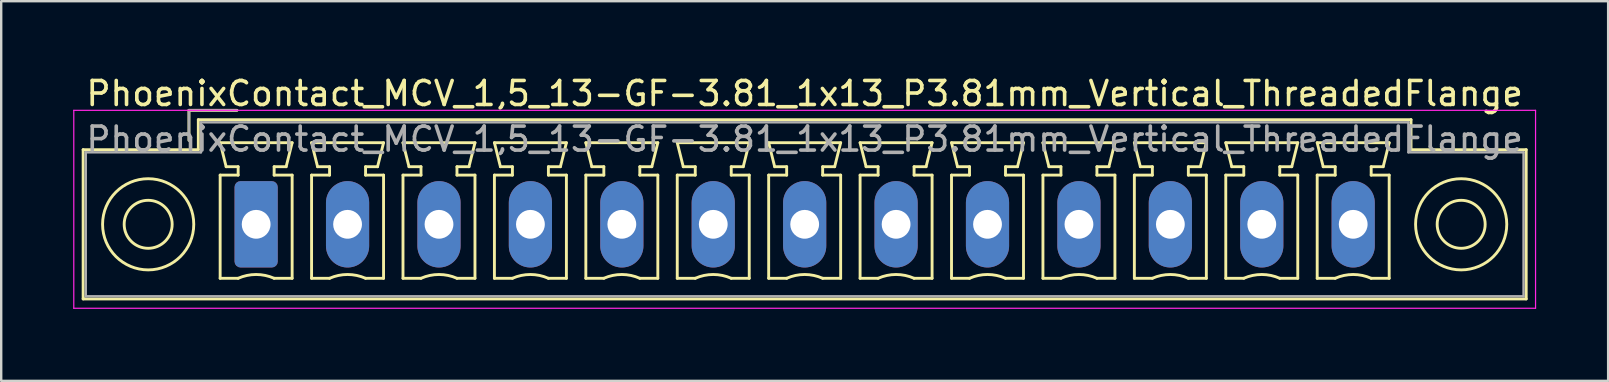
<source format=kicad_pcb>
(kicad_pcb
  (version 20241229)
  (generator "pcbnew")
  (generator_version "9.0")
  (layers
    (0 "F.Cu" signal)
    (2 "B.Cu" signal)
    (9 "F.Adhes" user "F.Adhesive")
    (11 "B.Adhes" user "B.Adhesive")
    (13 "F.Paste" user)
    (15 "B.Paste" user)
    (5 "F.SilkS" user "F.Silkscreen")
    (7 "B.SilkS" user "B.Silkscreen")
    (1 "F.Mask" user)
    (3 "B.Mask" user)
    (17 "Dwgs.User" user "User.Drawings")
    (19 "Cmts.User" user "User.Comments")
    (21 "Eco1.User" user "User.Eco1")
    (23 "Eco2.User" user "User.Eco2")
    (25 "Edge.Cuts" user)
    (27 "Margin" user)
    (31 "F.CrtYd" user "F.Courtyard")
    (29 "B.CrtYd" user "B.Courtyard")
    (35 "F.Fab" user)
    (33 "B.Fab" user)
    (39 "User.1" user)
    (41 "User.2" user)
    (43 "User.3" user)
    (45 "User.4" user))
  (footprint "PhoenixContact_MCV_1,5_13-GF-3.81_1x13_P3.81mm_Vertical_ThreadedFlange"
    (layer "F.Cu")
    (at 7.625 6.298)
    (property "Reference" "PhoenixContact_MCV_1,5_13-GF-3.81_1x13_P3.81mm_Vertical_ThreadedFlange" (at 22.86 -5.45 0) (layer "F.SilkS") (effects (font (size 1 1) (thickness 0.15))))
    (attr through_hole)
    (fp_line (start -7.21 -3.11) (end -7.21 3.11) (stroke (width 0.12) (type solid)) (layer "F.SilkS"))
    (fp_line (start -7.21 3.11) (end 52.93 3.11) (stroke (width 0.12) (type solid)) (layer "F.SilkS"))
    (fp_line (start -2.8 -4.75) (end -0.8 -4.75) (stroke (width 0.12) (type solid)) (layer "F.SilkS"))
    (fp_line (start -2.8 -3.5) (end -2.8 -4.75) (stroke (width 0.12) (type solid)) (layer "F.SilkS"))
    (fp_line (start -2.41 -4.36) (end -2.41 -3.11) (stroke (width 0.12) (type solid)) (layer "F.SilkS"))
    (fp_line (start -2.41 -3.11) (end -7.21 -3.11) (stroke (width 0.12) (type solid)) (layer "F.SilkS"))
    (fp_line (start -1.5 -3.4) (end 1.5 -3.4) (stroke (width 0.12) (type solid)) (layer "F.SilkS"))
    (fp_line (start -1.5 -2.05) (end -0.75 -2.05) (stroke (width 0.12) (type solid)) (layer "F.SilkS"))
    (fp_line (start -1.5 2.25) (end -1.5 -2.05) (stroke (width 0.12) (type solid)) (layer "F.SilkS"))
    (fp_line (start -1.25 -2.4) (end -1.5 -3.4) (stroke (width 0.12) (type solid)) (layer "F.SilkS"))
    (fp_line (start -0.75 -2.4) (end -1.25 -2.4) (stroke (width 0.12) (type solid)) (layer "F.SilkS"))
    (fp_line (start -0.75 -2.05) (end -0.75 -2.4) (stroke (width 0.12) (type solid)) (layer "F.SilkS"))
    (fp_line (start -0.75 2.25) (end -1.5 2.25) (stroke (width 0.12) (type solid)) (layer "F.SilkS"))
    (fp_line (start 0.75 -2.4) (end 0.75 -2.05) (stroke (width 0.12) (type solid)) (layer "F.SilkS"))
    (fp_line (start 0.75 -2.05) (end 1.5 -2.05) (stroke (width 0.12) (type solid)) (layer "F.SilkS"))
    (fp_line (start 1.25 -2.4) (end 0.75 -2.4) (stroke (width 0.12) (type solid)) (layer "F.SilkS"))
    (fp_line (start 1.5 -3.4) (end 1.25 -2.4) (stroke (width 0.12) (type solid)) (layer "F.SilkS"))
    (fp_line (start 1.5 -2.05) (end 1.5 2.25) (stroke (width 0.12) (type solid)) (layer "F.SilkS"))
    (fp_line (start 1.5 2.25) (end 0.75 2.25) (stroke (width 0.12) (type solid)) (layer "F.SilkS"))
    (fp_line (start 2.31 -3.4) (end 5.31 -3.4) (stroke (width 0.12) (type solid)) (layer "F.SilkS"))
    (fp_line (start 2.31 -2.05) (end 3.06 -2.05) (stroke (width 0.12) (type solid)) (layer "F.SilkS"))
    (fp_line (start 2.31 2.25) (end 2.31 -2.05) (stroke (width 0.12) (type solid)) (layer "F.SilkS"))
    (fp_line (start 2.56 -2.4) (end 2.31 -3.4) (stroke (width 0.12) (type solid)) (layer "F.SilkS"))
    (fp_line (start 3.06 -2.4) (end 2.56 -2.4) (stroke (width 0.12) (type solid)) (layer "F.SilkS"))
    (fp_line (start 3.06 -2.05) (end 3.06 -2.4) (stroke (width 0.12) (type solid)) (layer "F.SilkS"))
    (fp_line (start 3.06 2.25) (end 2.31 2.25) (stroke (width 0.12) (type solid)) (layer "F.SilkS"))
    (fp_line (start 4.56 -2.4) (end 4.56 -2.05) (stroke (width 0.12) (type solid)) (layer "F.SilkS"))
    (fp_line (start 4.56 -2.05) (end 5.31 -2.05) (stroke (width 0.12) (type solid)) (layer "F.SilkS"))
    (fp_line (start 5.06 -2.4) (end 4.56 -2.4) (stroke (width 0.12) (type solid)) (layer "F.SilkS"))
    (fp_line (start 5.31 -3.4) (end 5.06 -2.4) (stroke (width 0.12) (type solid)) (layer "F.SilkS"))
    (fp_line (start 5.31 -2.05) (end 5.31 2.25) (stroke (width 0.12) (type solid)) (layer "F.SilkS"))
    (fp_line (start 5.31 2.25) (end 4.56 2.25) (stroke (width 0.12) (type solid)) (layer "F.SilkS"))
    (fp_line (start 6.12 -3.4) (end 9.12 -3.4) (stroke (width 0.12) (type solid)) (layer "F.SilkS"))
    (fp_line (start 6.12 -2.05) (end 6.87 -2.05) (stroke (width 0.12) (type solid)) (layer "F.SilkS"))
    (fp_line (start 6.12 2.25) (end 6.12 -2.05) (stroke (width 0.12) (type solid)) (layer "F.SilkS"))
    (fp_line (start 6.37 -2.4) (end 6.12 -3.4) (stroke (width 0.12) (type solid)) (layer "F.SilkS"))
    (fp_line (start 6.87 -2.4) (end 6.37 -2.4) (stroke (width 0.12) (type solid)) (layer "F.SilkS"))
    (fp_line (start 6.87 -2.05) (end 6.87 -2.4) (stroke (width 0.12) (type solid)) (layer "F.SilkS"))
    (fp_line (start 6.87 2.25) (end 6.12 2.25) (stroke (width 0.12) (type solid)) (layer "F.SilkS"))
    (fp_line (start 8.37 -2.4) (end 8.37 -2.05) (stroke (width 0.12) (type solid)) (layer "F.SilkS"))
    (fp_line (start 8.37 -2.05) (end 9.12 -2.05) (stroke (width 0.12) (type solid)) (layer "F.SilkS"))
    (fp_line (start 8.87 -2.4) (end 8.37 -2.4) (stroke (width 0.12) (type solid)) (layer "F.SilkS"))
    (fp_line (start 9.12 -3.4) (end 8.87 -2.4) (stroke (width 0.12) (type solid)) (layer "F.SilkS"))
    (fp_line (start 9.12 -2.05) (end 9.12 2.25) (stroke (width 0.12) (type solid)) (layer "F.SilkS"))
    (fp_line (start 9.12 2.25) (end 8.37 2.25) (stroke (width 0.12) (type solid)) (layer "F.SilkS"))
    (fp_line (start 9.93 -3.4) (end 12.93 -3.4) (stroke (width 0.12) (type solid)) (layer "F.SilkS"))
    (fp_line (start 9.93 -2.05) (end 10.68 -2.05) (stroke (width 0.12) (type solid)) (layer "F.SilkS"))
    (fp_line (start 9.93 2.25) (end 9.93 -2.05) (stroke (width 0.12) (type solid)) (layer "F.SilkS"))
    (fp_line (start 10.18 -2.4) (end 9.93 -3.4) (stroke (width 0.12) (type solid)) (layer "F.SilkS"))
    (fp_line (start 10.68 -2.4) (end 10.18 -2.4) (stroke (width 0.12) (type solid)) (layer "F.SilkS"))
    (fp_line (start 10.68 -2.05) (end 10.68 -2.4) (stroke (width 0.12) (type solid)) (layer "F.SilkS"))
    (fp_line (start 10.68 2.25) (end 9.93 2.25) (stroke (width 0.12) (type solid)) (layer "F.SilkS"))
    (fp_line (start 12.18 -2.4) (end 12.18 -2.05) (stroke (width 0.12) (type solid)) (layer "F.SilkS"))
    (fp_line (start 12.18 -2.05) (end 12.93 -2.05) (stroke (width 0.12) (type solid)) (layer "F.SilkS"))
    (fp_line (start 12.68 -2.4) (end 12.18 -2.4) (stroke (width 0.12) (type solid)) (layer "F.SilkS"))
    (fp_line (start 12.93 -3.4) (end 12.68 -2.4) (stroke (width 0.12) (type solid)) (layer "F.SilkS"))
    (fp_line (start 12.93 -2.05) (end 12.93 2.25) (stroke (width 0.12) (type solid)) (layer "F.SilkS"))
    (fp_line (start 12.93 2.25) (end 12.18 2.25) (stroke (width 0.12) (type solid)) (layer "F.SilkS"))
    (fp_line (start 13.74 -3.4) (end 16.74 -3.4) (stroke (width 0.12) (type solid)) (layer "F.SilkS"))
    (fp_line (start 13.74 -2.05) (end 14.49 -2.05) (stroke (width 0.12) (type solid)) (layer "F.SilkS"))
    (fp_line (start 13.74 2.25) (end 13.74 -2.05) (stroke (width 0.12) (type solid)) (layer "F.SilkS"))
    (fp_line (start 13.99 -2.4) (end 13.74 -3.4) (stroke (width 0.12) (type solid)) (layer "F.SilkS"))
    (fp_line (start 14.49 -2.4) (end 13.99 -2.4) (stroke (width 0.12) (type solid)) (layer "F.SilkS"))
    (fp_line (start 14.49 -2.05) (end 14.49 -2.4) (stroke (width 0.12) (type solid)) (layer "F.SilkS"))
    (fp_line (start 14.49 2.25) (end 13.74 2.25) (stroke (width 0.12) (type solid)) (layer "F.SilkS"))
    (fp_line (start 15.99 -2.4) (end 15.99 -2.05) (stroke (width 0.12) (type solid)) (layer "F.SilkS"))
    (fp_line (start 15.99 -2.05) (end 16.74 -2.05) (stroke (width 0.12) (type solid)) (layer "F.SilkS"))
    (fp_line (start 16.49 -2.4) (end 15.99 -2.4) (stroke (width 0.12) (type solid)) (layer "F.SilkS"))
    (fp_line (start 16.74 -3.4) (end 16.49 -2.4) (stroke (width 0.12) (type solid)) (layer "F.SilkS"))
    (fp_line (start 16.74 -2.05) (end 16.74 2.25) (stroke (width 0.12) (type solid)) (layer "F.SilkS"))
    (fp_line (start 16.74 2.25) (end 15.99 2.25) (stroke (width 0.12) (type solid)) (layer "F.SilkS"))
    (fp_line (start 17.55 -3.4) (end 20.55 -3.4) (stroke (width 0.12) (type solid)) (layer "F.SilkS"))
    (fp_line (start 17.55 -2.05) (end 18.3 -2.05) (stroke (width 0.12) (type solid)) (layer "F.SilkS"))
    (fp_line (start 17.55 2.25) (end 17.55 -2.05) (stroke (width 0.12) (type solid)) (layer "F.SilkS"))
    (fp_line (start 17.8 -2.4) (end 17.55 -3.4) (stroke (width 0.12) (type solid)) (layer "F.SilkS"))
    (fp_line (start 18.3 -2.4) (end 17.8 -2.4) (stroke (width 0.12) (type solid)) (layer "F.SilkS"))
    (fp_line (start 18.3 -2.05) (end 18.3 -2.4) (stroke (width 0.12) (type solid)) (layer "F.SilkS"))
    (fp_line (start 18.3 2.25) (end 17.55 2.25) (stroke (width 0.12) (type solid)) (layer "F.SilkS"))
    (fp_line (start 19.8 -2.4) (end 19.8 -2.05) (stroke (width 0.12) (type solid)) (layer "F.SilkS"))
    (fp_line (start 19.8 -2.05) (end 20.55 -2.05) (stroke (width 0.12) (type solid)) (layer "F.SilkS"))
    (fp_line (start 20.3 -2.4) (end 19.8 -2.4) (stroke (width 0.12) (type solid)) (layer "F.SilkS"))
    (fp_line (start 20.55 -3.4) (end 20.3 -2.4) (stroke (width 0.12) (type solid)) (layer "F.SilkS"))
    (fp_line (start 20.55 -2.05) (end 20.55 2.25) (stroke (width 0.12) (type solid)) (layer "F.SilkS"))
    (fp_line (start 20.55 2.25) (end 19.8 2.25) (stroke (width 0.12) (type solid)) (layer "F.SilkS"))
    (fp_line (start 21.36 -3.4) (end 24.36 -3.4) (stroke (width 0.12) (type solid)) (layer "F.SilkS"))
    (fp_line (start 21.36 -2.05) (end 22.11 -2.05) (stroke (width 0.12) (type solid)) (layer "F.SilkS"))
    (fp_line (start 21.36 2.25) (end 21.36 -2.05) (stroke (width 0.12) (type solid)) (layer "F.SilkS"))
    (fp_line (start 21.61 -2.4) (end 21.36 -3.4) (stroke (width 0.12) (type solid)) (layer "F.SilkS"))
    (fp_line (start 22.11 -2.4) (end 21.61 -2.4) (stroke (width 0.12) (type solid)) (layer "F.SilkS"))
    (fp_line (start 22.11 -2.05) (end 22.11 -2.4) (stroke (width 0.12) (type solid)) (layer "F.SilkS"))
    (fp_line (start 22.11 2.25) (end 21.36 2.25) (stroke (width 0.12) (type solid)) (layer "F.SilkS"))
    (fp_line (start 23.61 -2.4) (end 23.61 -2.05) (stroke (width 0.12) (type solid)) (layer "F.SilkS"))
    (fp_line (start 23.61 -2.05) (end 24.36 -2.05) (stroke (width 0.12) (type solid)) (layer "F.SilkS"))
    (fp_line (start 24.11 -2.4) (end 23.61 -2.4) (stroke (width 0.12) (type solid)) (layer "F.SilkS"))
    (fp_line (start 24.36 -3.4) (end 24.11 -2.4) (stroke (width 0.12) (type solid)) (layer "F.SilkS"))
    (fp_line (start 24.36 -2.05) (end 24.36 2.25) (stroke (width 0.12) (type solid)) (layer "F.SilkS"))
    (fp_line (start 24.36 2.25) (end 23.61 2.25) (stroke (width 0.12) (type solid)) (layer "F.SilkS"))
    (fp_line (start 25.17 -3.4) (end 28.17 -3.4) (stroke (width 0.12) (type solid)) (layer "F.SilkS"))
    (fp_line (start 25.17 -2.05) (end 25.92 -2.05) (stroke (width 0.12) (type solid)) (layer "F.SilkS"))
    (fp_line (start 25.17 2.25) (end 25.17 -2.05) (stroke (width 0.12) (type solid)) (layer "F.SilkS"))
    (fp_line (start 25.42 -2.4) (end 25.17 -3.4) (stroke (width 0.12) (type solid)) (layer "F.SilkS"))
    (fp_line (start 25.92 -2.4) (end 25.42 -2.4) (stroke (width 0.12) (type solid)) (layer "F.SilkS"))
    (fp_line (start 25.92 -2.05) (end 25.92 -2.4) (stroke (width 0.12) (type solid)) (layer "F.SilkS"))
    (fp_line (start 25.92 2.25) (end 25.17 2.25) (stroke (width 0.12) (type solid)) (layer "F.SilkS"))
    (fp_line (start 27.42 -2.4) (end 27.42 -2.05) (stroke (width 0.12) (type solid)) (layer "F.SilkS"))
    (fp_line (start 27.42 -2.05) (end 28.17 -2.05) (stroke (width 0.12) (type solid)) (layer "F.SilkS"))
    (fp_line (start 27.92 -2.4) (end 27.42 -2.4) (stroke (width 0.12) (type solid)) (layer "F.SilkS"))
    (fp_line (start 28.17 -3.4) (end 27.92 -2.4) (stroke (width 0.12) (type solid)) (layer "F.SilkS"))
    (fp_line (start 28.17 -2.05) (end 28.17 2.25) (stroke (width 0.12) (type solid)) (layer "F.SilkS"))
    (fp_line (start 28.17 2.25) (end 27.42 2.25) (stroke (width 0.12) (type solid)) (layer "F.SilkS"))
    (fp_line (start 28.98 -3.4) (end 31.98 -3.4) (stroke (width 0.12) (type solid)) (layer "F.SilkS"))
    (fp_line (start 28.98 -2.05) (end 29.73 -2.05) (stroke (width 0.12) (type solid)) (layer "F.SilkS"))
    (fp_line (start 28.98 2.25) (end 28.98 -2.05) (stroke (width 0.12) (type solid)) (layer "F.SilkS"))
    (fp_line (start 29.23 -2.4) (end 28.98 -3.4) (stroke (width 0.12) (type solid)) (layer "F.SilkS"))
    (fp_line (start 29.73 -2.4) (end 29.23 -2.4) (stroke (width 0.12) (type solid)) (layer "F.SilkS"))
    (fp_line (start 29.73 -2.05) (end 29.73 -2.4) (stroke (width 0.12) (type solid)) (layer "F.SilkS"))
    (fp_line (start 29.73 2.25) (end 28.98 2.25) (stroke (width 0.12) (type solid)) (layer "F.SilkS"))
    (fp_line (start 31.23 -2.4) (end 31.23 -2.05) (stroke (width 0.12) (type solid)) (layer "F.SilkS"))
    (fp_line (start 31.23 -2.05) (end 31.98 -2.05) (stroke (width 0.12) (type solid)) (layer "F.SilkS"))
    (fp_line (start 31.73 -2.4) (end 31.23 -2.4) (stroke (width 0.12) (type solid)) (layer "F.SilkS"))
    (fp_line (start 31.98 -3.4) (end 31.73 -2.4) (stroke (width 0.12) (type solid)) (layer "F.SilkS"))
    (fp_line (start 31.98 -2.05) (end 31.98 2.25) (stroke (width 0.12) (type solid)) (layer "F.SilkS"))
    (fp_line (start 31.98 2.25) (end 31.23 2.25) (stroke (width 0.12) (type solid)) (layer "F.SilkS"))
    (fp_line (start 32.79 -3.4) (end 35.79 -3.4) (stroke (width 0.12) (type solid)) (layer "F.SilkS"))
    (fp_line (start 32.79 -2.05) (end 33.54 -2.05) (stroke (width 0.12) (type solid)) (layer "F.SilkS"))
    (fp_line (start 32.79 2.25) (end 32.79 -2.05) (stroke (width 0.12) (type solid)) (layer "F.SilkS"))
    (fp_line (start 33.04 -2.4) (end 32.79 -3.4) (stroke (width 0.12) (type solid)) (layer "F.SilkS"))
    (fp_line (start 33.54 -2.4) (end 33.04 -2.4) (stroke (width 0.12) (type solid)) (layer "F.SilkS"))
    (fp_line (start 33.54 -2.05) (end 33.54 -2.4) (stroke (width 0.12) (type solid)) (layer "F.SilkS"))
    (fp_line (start 33.54 2.25) (end 32.79 2.25) (stroke (width 0.12) (type solid)) (layer "F.SilkS"))
    (fp_line (start 35.04 -2.4) (end 35.04 -2.05) (stroke (width 0.12) (type solid)) (layer "F.SilkS"))
    (fp_line (start 35.04 -2.05) (end 35.79 -2.05) (stroke (width 0.12) (type solid)) (layer "F.SilkS"))
    (fp_line (start 35.54 -2.4) (end 35.04 -2.4) (stroke (width 0.12) (type solid)) (layer "F.SilkS"))
    (fp_line (start 35.79 -3.4) (end 35.54 -2.4) (stroke (width 0.12) (type solid)) (layer "F.SilkS"))
    (fp_line (start 35.79 -2.05) (end 35.79 2.25) (stroke (width 0.12) (type solid)) (layer "F.SilkS"))
    (fp_line (start 35.79 2.25) (end 35.04 2.25) (stroke (width 0.12) (type solid)) (layer "F.SilkS"))
    (fp_line (start 36.6 -3.4) (end 39.6 -3.4) (stroke (width 0.12) (type solid)) (layer "F.SilkS"))
    (fp_line (start 36.6 -2.05) (end 37.35 -2.05) (stroke (width 0.12) (type solid)) (layer "F.SilkS"))
    (fp_line (start 36.6 2.25) (end 36.6 -2.05) (stroke (width 0.12) (type solid)) (layer "F.SilkS"))
    (fp_line (start 36.85 -2.4) (end 36.6 -3.4) (stroke (width 0.12) (type solid)) (layer "F.SilkS"))
    (fp_line (start 37.35 -2.4) (end 36.85 -2.4) (stroke (width 0.12) (type solid)) (layer "F.SilkS"))
    (fp_line (start 37.35 -2.05) (end 37.35 -2.4) (stroke (width 0.12) (type solid)) (layer "F.SilkS"))
    (fp_line (start 37.35 2.25) (end 36.6 2.25) (stroke (width 0.12) (type solid)) (layer "F.SilkS"))
    (fp_line (start 38.85 -2.4) (end 38.85 -2.05) (stroke (width 0.12) (type solid)) (layer "F.SilkS"))
    (fp_line (start 38.85 -2.05) (end 39.6 -2.05) (stroke (width 0.12) (type solid)) (layer "F.SilkS"))
    (fp_line (start 39.35 -2.4) (end 38.85 -2.4) (stroke (width 0.12) (type solid)) (layer "F.SilkS"))
    (fp_line (start 39.6 -3.4) (end 39.35 -2.4) (stroke (width 0.12) (type solid)) (layer "F.SilkS"))
    (fp_line (start 39.6 -2.05) (end 39.6 2.25) (stroke (width 0.12) (type solid)) (layer "F.SilkS"))
    (fp_line (start 39.6 2.25) (end 38.85 2.25) (stroke (width 0.12) (type solid)) (layer "F.SilkS"))
    (fp_line (start 40.41 -3.4) (end 43.41 -3.4) (stroke (width 0.12) (type solid)) (layer "F.SilkS"))
    (fp_line (start 40.41 -2.05) (end 41.16 -2.05) (stroke (width 0.12) (type solid)) (layer "F.SilkS"))
    (fp_line (start 40.41 2.25) (end 40.41 -2.05) (stroke (width 0.12) (type solid)) (layer "F.SilkS"))
    (fp_line (start 40.66 -2.4) (end 40.41 -3.4) (stroke (width 0.12) (type solid)) (layer "F.SilkS"))
    (fp_line (start 41.16 -2.4) (end 40.66 -2.4) (stroke (width 0.12) (type solid)) (layer "F.SilkS"))
    (fp_line (start 41.16 -2.05) (end 41.16 -2.4) (stroke (width 0.12) (type solid)) (layer "F.SilkS"))
    (fp_line (start 41.16 2.25) (end 40.41 2.25) (stroke (width 0.12) (type solid)) (layer "F.SilkS"))
    (fp_line (start 42.66 -2.4) (end 42.66 -2.05) (stroke (width 0.12) (type solid)) (layer "F.SilkS"))
    (fp_line (start 42.66 -2.05) (end 43.41 -2.05) (stroke (width 0.12) (type solid)) (layer "F.SilkS"))
    (fp_line (start 43.16 -2.4) (end 42.66 -2.4) (stroke (width 0.12) (type solid)) (layer "F.SilkS"))
    (fp_line (start 43.41 -3.4) (end 43.16 -2.4) (stroke (width 0.12) (type solid)) (layer "F.SilkS"))
    (fp_line (start 43.41 -2.05) (end 43.41 2.25) (stroke (width 0.12) (type solid)) (layer "F.SilkS"))
    (fp_line (start 43.41 2.25) (end 42.66 2.25) (stroke (width 0.12) (type solid)) (layer "F.SilkS"))
    (fp_line (start 44.22 -3.4) (end 47.22 -3.4) (stroke (width 0.12) (type solid)) (layer "F.SilkS"))
    (fp_line (start 44.22 -2.05) (end 44.97 -2.05) (stroke (width 0.12) (type solid)) (layer "F.SilkS"))
    (fp_line (start 44.22 2.25) (end 44.22 -2.05) (stroke (width 0.12) (type solid)) (layer "F.SilkS"))
    (fp_line (start 44.47 -2.4) (end 44.22 -3.4) (stroke (width 0.12) (type solid)) (layer "F.SilkS"))
    (fp_line (start 44.97 -2.4) (end 44.47 -2.4) (stroke (width 0.12) (type solid)) (layer "F.SilkS"))
    (fp_line (start 44.97 -2.05) (end 44.97 -2.4) (stroke (width 0.12) (type solid)) (layer "F.SilkS"))
    (fp_line (start 44.97 2.25) (end 44.22 2.25) (stroke (width 0.12) (type solid)) (layer "F.SilkS"))
    (fp_line (start 46.47 -2.4) (end 46.47 -2.05) (stroke (width 0.12) (type solid)) (layer "F.SilkS"))
    (fp_line (start 46.47 -2.05) (end 47.22 -2.05) (stroke (width 0.12) (type solid)) (layer "F.SilkS"))
    (fp_line (start 46.97 -2.4) (end 46.47 -2.4) (stroke (width 0.12) (type solid)) (layer "F.SilkS"))
    (fp_line (start 47.22 -3.4) (end 46.97 -2.4) (stroke (width 0.12) (type solid)) (layer "F.SilkS"))
    (fp_line (start 47.22 -2.05) (end 47.22 2.25) (stroke (width 0.12) (type solid)) (layer "F.SilkS"))
    (fp_line (start 47.22 2.25) (end 46.47 2.25) (stroke (width 0.12) (type solid)) (layer "F.SilkS"))
    (fp_line (start 48.13 -4.36) (end -2.41 -4.36) (stroke (width 0.12) (type solid)) (layer "F.SilkS"))
    (fp_line (start 48.13 -3.11) (end 48.13 -4.36) (stroke (width 0.12) (type solid)) (layer "F.SilkS"))
    (fp_line (start 52.93 -3.11) (end 48.13 -3.11) (stroke (width 0.12) (type solid)) (layer "F.SilkS"))
    (fp_line (start 52.93 3.11) (end 52.93 -3.11) (stroke (width 0.12) (type solid)) (layer "F.SilkS"))
    (fp_arc (start -0.75 2.25) (mid -0.000193 2.09191) (end 0.749647 2.249844) (stroke (width 0.12) (type solid)) (layer "F.SilkS"))
    (fp_arc (start 3.06 2.25) (mid 3.809807 2.09191) (end 4.559647 2.249844) (stroke (width 0.12) (type solid)) (layer "F.SilkS"))
    (fp_arc (start 6.87 2.25) (mid 7.619807 2.09191) (end 8.369647 2.249844) (stroke (width 0.12) (type solid)) (layer "F.SilkS"))
    (fp_arc (start 10.68 2.25) (mid 11.429807 2.09191) (end 12.179647 2.249844) (stroke (width 0.12) (type solid)) (layer "F.SilkS"))
    (fp_arc (start 14.49 2.25) (mid 15.239807 2.09191) (end 15.989647 2.249844) (stroke (width 0.12) (type solid)) (layer "F.SilkS"))
    (fp_arc (start 18.3 2.25) (mid 19.049807 2.09191) (end 19.799647 2.249844) (stroke (width 0.12) (type solid)) (layer "F.SilkS"))
    (fp_arc (start 22.11 2.25) (mid 22.859807 2.09191) (end 23.609647 2.249844) (stroke (width 0.12) (type solid)) (layer "F.SilkS"))
    (fp_arc (start 25.92 2.25) (mid 26.669807 2.09191) (end 27.419647 2.249844) (stroke (width 0.12) (type solid)) (layer "F.SilkS"))
    (fp_arc (start 29.73 2.25) (mid 30.479807 2.09191) (end 31.229647 2.249844) (stroke (width 0.12) (type solid)) (layer "F.SilkS"))
    (fp_arc (start 33.54 2.25) (mid 34.289807 2.09191) (end 35.039647 2.249844) (stroke (width 0.12) (type solid)) (layer "F.SilkS"))
    (fp_arc (start 37.35 2.25) (mid 38.099807 2.09191) (end 38.849647 2.249844) (stroke (width 0.12) (type solid)) (layer "F.SilkS"))
    (fp_arc (start 41.16 2.25) (mid 41.909807 2.09191) (end 42.659647 2.249844) (stroke (width 0.12) (type solid)) (layer "F.SilkS"))
    (fp_arc (start 44.97 2.25) (mid 45.719807 2.09191) (end 46.469647 2.249844) (stroke (width 0.12) (type solid)) (layer "F.SilkS"))
    (fp_circle (center -4.5 0) (end -3.5 0) (stroke (width 0.12) (type solid)) (fill no) (layer "F.SilkS"))
    (fp_circle (center -4.5 0) (end -2.6 0) (stroke (width 0.12) (type solid)) (fill no) (layer "F.SilkS"))
    (fp_circle (center 50.22 0) (end 51.22 0) (stroke (width 0.12) (type solid)) (fill no) (layer "F.SilkS"))
    (fp_circle (center 50.22 0) (end 52.12 0) (stroke (width 0.12) (type solid)) (fill no) (layer "F.SilkS"))
    (fp_line (start -7.6 -4.75) (end -7.6 3.5) (stroke (width 0.05) (type solid)) (layer "F.CrtYd"))
    (fp_line (start -7.6 3.5) (end 53.32 3.5) (stroke (width 0.05) (type solid)) (layer "F.CrtYd"))
    (fp_line (start 53.32 -4.75) (end -7.6 -4.75) (stroke (width 0.05) (type solid)) (layer "F.CrtYd"))
    (fp_line (start 53.32 3.5) (end 53.32 -4.75) (stroke (width 0.05) (type solid)) (layer "F.CrtYd"))
    (fp_line (start -7.1 -3) (end -7.1 3) (stroke (width 0.1) (type solid)) (layer "F.Fab"))
    (fp_line (start -7.1 3) (end 52.82 3) (stroke (width 0.1) (type solid)) (layer "F.Fab"))
    (fp_line (start -2.8 -4.75) (end -0.8 -4.75) (stroke (width 0.1) (type solid)) (layer "F.Fab"))
    (fp_line (start -2.8 -3.5) (end -2.8 -4.75) (stroke (width 0.1) (type solid)) (layer "F.Fab"))
    (fp_line (start -2.3 -4.25) (end -2.3 -3) (stroke (width 0.1) (type solid)) (layer "F.Fab"))
    (fp_line (start -2.3 -3) (end -7.1 -3) (stroke (width 0.1) (type solid)) (layer "F.Fab"))
    (fp_line (start 48.02 -4.25) (end -2.3 -4.25) (stroke (width 0.1) (type solid)) (layer "F.Fab"))
    (fp_line (start 48.02 -3) (end 48.02 -4.25) (stroke (width 0.1) (type solid)) (layer "F.Fab"))
    (fp_line (start 52.82 -3) (end 48.02 -3) (stroke (width 0.1) (type solid)) (layer "F.Fab"))
    (fp_line (start 52.82 3) (end 52.82 -3) (stroke (width 0.1) (type solid)) (layer "F.Fab"))
    (fp_text user "${REFERENCE}" (at 22.86 -3.55 0) (layer "F.Fab") (effects (font (size 1 1) (thickness 0.15))))
    (pad "1" thru_hole roundrect (at 0 0) (size 1.8 3.6) (drill 1.2) (layers "*.Cu" "*.Mask") (roundrect_rratio 0.139))
    (pad "2" thru_hole oval (at 3.81 0) (size 1.8 3.6) (drill 1.2) (layers "*.Cu" "*.Mask"))
    (pad "3" thru_hole oval (at 7.62 0) (size 1.8 3.6) (drill 1.2) (layers "*.Cu" "*.Mask"))
    (pad "4" thru_hole oval (at 11.43 0) (size 1.8 3.6) (drill 1.2) (layers "*.Cu" "*.Mask"))
    (pad "5" thru_hole oval (at 15.24 0) (size 1.8 3.6) (drill 1.2) (layers "*.Cu" "*.Mask"))
    (pad "6" thru_hole oval (at 19.05 0) (size 1.8 3.6) (drill 1.2) (layers "*.Cu" "*.Mask"))
    (pad "7" thru_hole oval (at 22.86 0) (size 1.8 3.6) (drill 1.2) (layers "*.Cu" "*.Mask"))
    (pad "8" thru_hole oval (at 26.67 0) (size 1.8 3.6) (drill 1.2) (layers "*.Cu" "*.Mask"))
    (pad "9" thru_hole oval (at 30.48 0) (size 1.8 3.6) (drill 1.2) (layers "*.Cu" "*.Mask"))
    (pad "10" thru_hole oval (at 34.29 0) (size 1.8 3.6) (drill 1.2) (layers "*.Cu" "*.Mask"))
    (pad "11" thru_hole oval (at 38.1 0) (size 1.8 3.6) (drill 1.2) (layers "*.Cu" "*.Mask"))
    (pad "12" thru_hole oval (at 41.91 0) (size 1.8 3.6) (drill 1.2) (layers "*.Cu" "*.Mask"))
    (pad "13" thru_hole oval (at 45.72 0) (size 1.8 3.6) (drill 1.2) (layers "*.Cu" "*.Mask")))
  (gr_rect
    (start -3 -3)
    (end 63.97 12.823)
    (stroke (width 0.1) (type default))
    (fill no)
    (layer "Edge.Cuts")))
</source>
